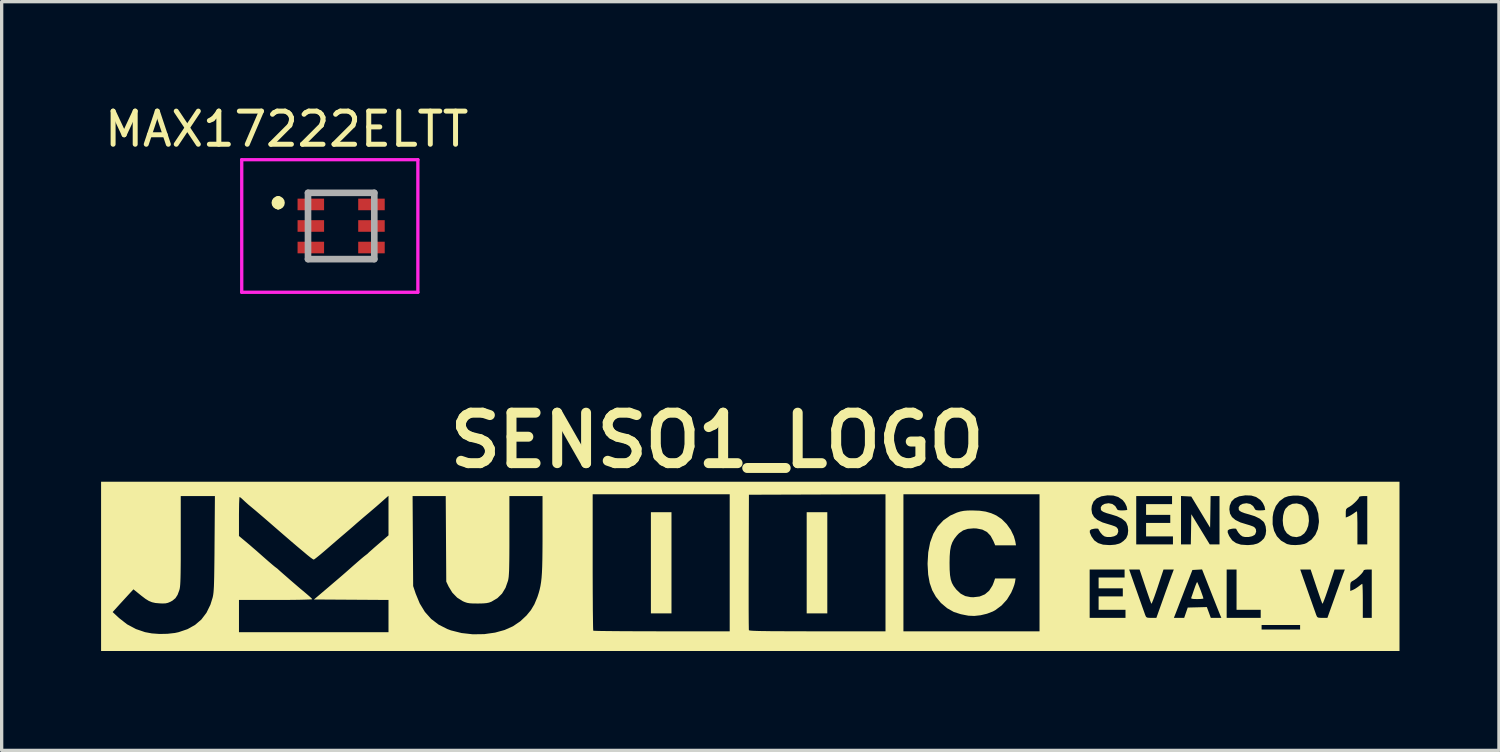
<source format=kicad_pcb>
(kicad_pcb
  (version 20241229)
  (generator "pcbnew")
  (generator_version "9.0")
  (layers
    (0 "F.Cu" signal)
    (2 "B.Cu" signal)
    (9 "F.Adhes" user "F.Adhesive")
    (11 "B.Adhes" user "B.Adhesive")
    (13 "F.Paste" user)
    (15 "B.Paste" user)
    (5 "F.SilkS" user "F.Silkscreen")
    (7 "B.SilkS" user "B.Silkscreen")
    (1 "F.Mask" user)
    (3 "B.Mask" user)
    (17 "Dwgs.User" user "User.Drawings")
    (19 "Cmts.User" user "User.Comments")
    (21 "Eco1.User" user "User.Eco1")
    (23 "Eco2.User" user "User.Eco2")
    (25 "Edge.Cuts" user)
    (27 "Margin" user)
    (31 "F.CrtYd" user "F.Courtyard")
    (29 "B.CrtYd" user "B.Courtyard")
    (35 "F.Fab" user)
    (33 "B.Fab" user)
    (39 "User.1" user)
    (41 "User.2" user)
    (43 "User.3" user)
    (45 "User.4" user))
  (footprint "SENSO1_LOGO"
    (layer "F.Cu")
    (at 19.59 14.027)
    (property "Reference" "SENSO1_LOGO" (at -1 -3.79 0) (layer "F.SilkS") (effects (font (size 1.524 1.524) (thickness 0.3))))
    (attr board_only exclude_from_pos_files exclude_from_bom)
    (fp_poly (pts (xy -2.378 1.432) (xy -2.999 1.432) (xy -2.999 -1.621) (xy -2.378 -1.621)) (stroke (width 0) (type solid)) (fill yes) (layer "F.SilkS"))
    (fp_poly (pts (xy 2.324 1.432) (xy 1.702 1.432) (xy 1.702 -1.621) (xy 2.324 -1.621)) (stroke (width 0) (type solid)) (fill yes) (layer "F.SilkS"))
    (fp_poly (pts (xy 13.498 0.51) (xy 13.524 0.571) (xy 13.559 0.656) (xy 13.596 0.752) (xy 13.63 0.847) (xy 13.657 0.925) (xy 13.672 0.975) (xy 13.673 0.983) (xy 13.648 0.991) (xy 13.583 0.997) (xy 13.491 1) (xy 13.481 1) (xy 13.377 0.997) (xy 13.32 0.988) (xy 13.302 0.972) (xy 13.304 0.966) (xy 13.318 0.926) (xy 13.345 0.849) (xy 13.379 0.749) (xy 13.393 0.709) (xy 13.428 0.609) (xy 13.458 0.533) (xy 13.479 0.491) (xy 13.484 0.486)) (stroke (width 0) (type solid)) (fill yes) (layer "F.SilkS"))
    (fp_poly (pts (xy 16.622 -1.853) (xy 16.644 -1.842) (xy 16.74 -1.761) (xy 16.808 -1.646) (xy 16.847 -1.508) (xy 16.857 -1.358) (xy 16.835 -1.209) (xy 16.781 -1.072) (xy 16.717 -0.981) (xy 16.61 -0.901) (xy 16.485 -0.869) (xy 16.355 -0.886) (xy 16.296 -0.91) (xy 16.192 -0.985) (xy 16.123 -1.087) (xy 16.08 -1.228) (xy 16.079 -1.236) (xy 16.067 -1.375) (xy 16.079 -1.52) (xy 16.112 -1.649) (xy 16.147 -1.722) (xy 16.24 -1.818) (xy 16.358 -1.874) (xy 16.49 -1.886)) (stroke (width 0) (type solid)) (fill yes) (layer "F.SilkS"))
    (fp_poly (pts (xy 6.92 -1.666) (xy 7.105 -1.639) (xy 7.272 -1.59) (xy 7.423 -1.523) (xy 7.587 -1.413) (xy 7.737 -1.262) (xy 7.863 -1.085) (xy 7.954 -0.894) (xy 7.995 -0.75) (xy 8.018 -0.621) (xy 7.704 -0.622) (xy 7.39 -0.622) (xy 7.339 -0.745) (xy 7.253 -0.907) (xy 7.143 -1.023) (xy 7.003 -1.096) (xy 6.83 -1.13) (xy 6.742 -1.134) (xy 6.564 -1.119) (xy 6.421 -1.071) (xy 6.298 -0.985) (xy 6.234 -0.918) (xy 6.154 -0.815) (xy 6.096 -0.712) (xy 6.055 -0.597) (xy 6.03 -0.461) (xy 6.017 -0.292) (xy 6.013 -0.095) (xy 6.016 0.112) (xy 6.027 0.276) (xy 6.049 0.406) (xy 6.085 0.514) (xy 6.137 0.608) (xy 6.208 0.701) (xy 6.222 0.718) (xy 6.349 0.837) (xy 6.485 0.909) (xy 6.645 0.941) (xy 6.728 0.945) (xy 6.92 0.923) (xy 7.08 0.857) (xy 7.209 0.746) (xy 7.307 0.592) (xy 7.338 0.517) (xy 7.387 0.378) (xy 8.005 0.378) (xy 7.987 0.493) (xy 7.966 0.574) (xy 7.927 0.682) (xy 7.879 0.793) (xy 7.874 0.805) (xy 7.747 1.013) (xy 7.583 1.193) (xy 7.392 1.335) (xy 7.318 1.375) (xy 7.144 1.442) (xy 6.951 1.488) (xy 6.76 1.509) (xy 6.588 1.502) (xy 6.553 1.496) (xy 6.496 1.485) (xy 6.41 1.468) (xy 6.35 1.456) (xy 6.141 1.389) (xy 5.939 1.275) (xy 5.758 1.122) (xy 5.746 1.11) (xy 5.601 0.932) (xy 5.491 0.736) (xy 5.414 0.515) (xy 5.368 0.263) (xy 5.351 -0.029) (xy 5.35 -0.081) (xy 5.37 -0.413) (xy 5.427 -0.709) (xy 5.523 -0.969) (xy 5.655 -1.191) (xy 5.825 -1.374) (xy 6.031 -1.518) (xy 6.236 -1.61) (xy 6.34 -1.642) (xy 6.441 -1.662) (xy 6.558 -1.672) (xy 6.701 -1.674)) (stroke (width 0) (type solid)) (fill yes) (layer "F.SilkS"))
    (fp_poly (pts (xy 19.59 2.567) (xy -19.59 2.567) (xy -19.59 1.392) (xy -19.241 1.392) (xy -19.045 1.574) (xy -18.805 1.762) (xy -18.537 1.905) (xy -18.264 1.998) (xy -18.059 2.036) (xy -17.825 2.053) (xy -17.586 2.048) (xy -17.362 2.023) (xy -17.256 2) (xy -17.254 2) (xy -15.429 2) (xy -10.917 2) (xy -10.917 1.027) (xy -12.042 1.02) (xy -13.167 1.013) (xy -12.724 0.637) (xy -12.584 0.517) (xy -12.45 0.403) (xy -12.33 0.3) (xy -12.233 0.216) (xy -12.167 0.158) (xy -12.158 0.15) (xy -11.978 -0.009) (xy -11.836 -0.133) (xy -11.728 -0.226) (xy -11.653 -0.288) (xy -11.608 -0.323) (xy -11.608 -0.323) (xy -11.553 -0.365) (xy -11.525 -0.393) (xy -11.495 -0.421) (xy -11.433 -0.476) (xy -11.346 -0.553) (xy -11.243 -0.642) (xy -11.207 -0.673) (xy -10.917 -0.923) (xy -10.917 -2.108) (xy -10.19 -2.108) (xy -10.173 0.608) (xy -10.096 0.838) (xy -9.974 1.133) (xy -9.819 1.387) (xy -9.63 1.599) (xy -9.406 1.77) (xy -9.145 1.903) (xy -9.032 1.945) (xy -8.713 2.025) (xy -8.374 2.063) (xy -8.026 2.058) (xy -7.701 2.012) (xy -7.413 1.933) (xy -7.162 1.821) (xy -6.94 1.671) (xy -6.753 1.496) (xy -6.62 1.334) (xy -6.515 1.158) (xy -6.428 0.95) (xy -6.416 0.916) (xy -6.383 0.813) (xy -6.355 0.711) (xy -6.332 0.605) (xy -6.313 0.489) (xy -6.298 0.357) (xy -6.287 0.203) (xy -6.279 0.022) (xy -6.276 -0.113) (xy -4.756 -0.113) (xy -4.756 0.215) (xy -4.755 0.528) (xy -4.754 0.82) (xy -4.752 1.088) (xy -4.751 1.328) (xy -4.748 1.535) (xy -4.746 1.705) (xy -4.744 1.835) (xy -4.741 1.919) (xy -4.738 1.954) (xy -4.738 1.955) (xy -4.708 1.957) (xy -4.629 1.96) (xy -4.505 1.963) (xy -4.338 1.965) (xy -4.135 1.967) (xy -3.899 1.969) (xy -3.633 1.97) (xy -3.344 1.972) (xy -3.033 1.972) (xy -2.707 1.973) (xy -2.671 1.973) (xy -0.621 1.973) (xy -0.621 0.808) (xy -0.049 0.808) (xy -0.049 1.075) (xy -0.049 1.315) (xy -0.048 1.522) (xy -0.047 1.692) (xy -0.045 1.821) (xy -0.044 1.904) (xy -0.042 1.938) (xy -0.042 1.939) (xy -0.029 1.945) (xy 0.007 1.951) (xy 0.068 1.956) (xy 0.158 1.96) (xy 0.28 1.964) (xy 0.436 1.966) (xy 0.63 1.969) (xy 0.864 1.97) (xy 1.142 1.971) (xy 1.467 1.972) (xy 1.842 1.973) (xy 2.026 1.973) (xy 4.08 1.973) (xy 4.621 1.973) (xy 8.728 1.973) (xy 8.728 1.919) (xy 15.429 1.919) (xy 16.591 1.919) (xy 16.591 1.783) (xy 15.429 1.783) (xy 15.429 1.919) (xy 8.728 1.919) (xy 8.728 1.567) (xy 10.241 1.567) (xy 11.322 1.567) (xy 11.322 1.324) (xy 10.511 1.324) (xy 10.511 0.919) (xy 11.241 0.919) (xy 11.241 0.676) (xy 10.511 0.676) (xy 10.511 0.351) (xy 11.295 0.351) (xy 11.295 0.108) (xy 11.433 0.108) (xy 11.496 0.29) (xy 11.526 0.374) (xy 11.567 0.493) (xy 11.618 0.638) (xy 11.675 0.798) (xy 11.733 0.963) (xy 11.79 1.123) (xy 11.841 1.268) (xy 11.884 1.387) (xy 11.913 1.47) (xy 11.922 1.493) (xy 11.942 1.535) (xy 11.972 1.558) (xy 12.028 1.566) (xy 12.102 1.567) (xy 12.254 1.567) (xy 12.782 1.567) (xy 13.093 1.567) (xy 13.146 1.412) (xy 13.2 1.256) (xy 13.489 1.249) (xy 13.777 1.241) (xy 13.837 1.404) (xy 13.896 1.567) (xy 14.214 1.567) (xy 14.375 1.567) (xy 15.402 1.567) (xy 15.402 1.324) (xy 14.673 1.324) (xy 14.673 0.108) (xy 16.594 0.108) (xy 16.658 0.29) (xy 16.687 0.374) (xy 16.729 0.493) (xy 16.78 0.638) (xy 16.836 0.798) (xy 16.894 0.963) (xy 16.951 1.123) (xy 17.002 1.268) (xy 17.045 1.387) (xy 17.074 1.47) (xy 17.083 1.493) (xy 17.103 1.535) (xy 17.133 1.558) (xy 17.189 1.566) (xy 17.263 1.567) (xy 17.415 1.567) (xy 17.629 0.966) (xy 17.692 0.788) (xy 17.704 0.755) (xy 18.104 0.755) (xy 18.179 0.727) (xy 18.246 0.693) (xy 18.326 0.64) (xy 18.353 0.62) (xy 18.414 0.573) (xy 18.458 0.544) (xy 18.467 0.54) (xy 18.472 0.566) (xy 18.476 0.637) (xy 18.48 0.746) (xy 18.482 0.884) (xy 18.483 1.043) (xy 18.483 1.054) (xy 18.483 1.567) (xy 18.753 1.567) (xy 18.753 0.108) (xy 18.631 0.108) (xy 18.559 0.113) (xy 18.515 0.127) (xy 18.51 0.135) (xy 18.49 0.178) (xy 18.439 0.241) (xy 18.369 0.311) (xy 18.293 0.377) (xy 18.222 0.427) (xy 18.207 0.435) (xy 18.146 0.47) (xy 18.115 0.506) (xy 18.105 0.564) (xy 18.104 0.621) (xy 18.104 0.755) (xy 17.704 0.755) (xy 17.753 0.619) (xy 17.807 0.469) (xy 17.851 0.347) (xy 17.882 0.262) (xy 17.892 0.236) (xy 17.941 0.108) (xy 17.63 0.108) (xy 17.456 0.635) (xy 17.403 0.791) (xy 17.355 0.928) (xy 17.314 1.036) (xy 17.284 1.11) (xy 17.267 1.141) (xy 17.265 1.141) (xy 17.251 1.111) (xy 17.223 1.037) (xy 17.185 0.928) (xy 17.138 0.792) (xy 17.085 0.637) (xy 17.078 0.615) (xy 16.908 0.108) (xy 16.594 0.108) (xy 14.673 0.108) (xy 14.375 0.108) (xy 14.375 1.567) (xy 14.214 1.567) (xy 14.177 1.479) (xy 14.158 1.431) (xy 14.121 1.339) (xy 14.071 1.214) (xy 14.011 1.062) (xy 13.943 0.891) (xy 13.887 0.749) (xy 13.633 0.106) (xy 13.487 0.114) (xy 13.341 0.122) (xy 13.101 0.743) (xy 13.033 0.921) (xy 12.968 1.088) (xy 12.912 1.235) (xy 12.866 1.354) (xy 12.834 1.436) (xy 12.822 1.466) (xy 12.782 1.567) (xy 12.254 1.567) (xy 12.468 0.966) (xy 12.531 0.788) (xy 12.592 0.619) (xy 12.646 0.469) (xy 12.69 0.347) (xy 12.721 0.262) (xy 12.731 0.236) (xy 12.78 0.108) (xy 12.469 0.108) (xy 12.295 0.635) (xy 12.242 0.791) (xy 12.194 0.928) (xy 12.153 1.036) (xy 12.123 1.11) (xy 12.106 1.141) (xy 12.103 1.141) (xy 12.09 1.111) (xy 12.062 1.037) (xy 12.024 0.928) (xy 11.977 0.792) (xy 11.924 0.637) (xy 11.917 0.615) (xy 11.747 0.108) (xy 11.433 0.108) (xy 11.295 0.108) (xy 10.241 0.108) (xy 10.241 1.567) (xy 8.728 1.567) (xy 8.728 -1.011) (xy 10.245 -1.011) (xy 10.28 -0.923) (xy 10.294 -0.893) (xy 10.379 -0.772) (xy 10.495 -0.69) (xy 10.644 -0.642) (xy 10.833 -0.629) (xy 10.863 -0.629) (xy 11.015 -0.642) (xy 11.039 -0.649) (xy 11.646 -0.649) (xy 12.754 -0.649) (xy 12.754 -0.892) (xy 11.943 -0.892) (xy 11.943 -1.297) (xy 12.673 -1.297) (xy 12.673 -1.54) (xy 11.943 -1.54) (xy 11.943 -1.864) (xy 12.727 -1.864) (xy 12.727 -2.108) (xy 11.646 -2.108) (xy 11.646 -0.649) (xy 11.039 -0.649) (xy 11.13 -0.672) (xy 11.173 -0.692) (xy 11.258 -0.75) (xy 11.332 -0.823) (xy 11.345 -0.84) (xy 11.389 -0.943) (xy 11.403 -1.067) (xy 11.39 -1.193) (xy 11.349 -1.3) (xy 11.321 -1.339) (xy 11.212 -1.427) (xy 11.063 -1.5) (xy 10.894 -1.553) (xy 10.753 -1.593) (xy 10.658 -1.629) (xy 10.602 -1.664) (xy 10.58 -1.696) (xy 10.576 -1.77) (xy 10.617 -1.831) (xy 10.697 -1.874) (xy 10.806 -1.891) (xy 10.817 -1.891) (xy 10.925 -1.869) (xy 11.012 -1.807) (xy 11.053 -1.74) (xy 11.073 -1.702) (xy 11.108 -1.683) (xy 11.173 -1.676) (xy 11.227 -1.675) (xy 11.308 -1.679) (xy 11.362 -1.687) (xy 11.376 -1.696) (xy 11.356 -1.794) (xy 11.306 -1.899) (xy 11.238 -1.986) (xy 11.229 -1.994) (xy 11.102 -2.08) (xy 11.001 -2.11) (xy 12.997 -2.11) (xy 12.997 -0.649) (xy 13.293 -0.649) (xy 13.301 -1.104) (xy 13.308 -1.56) (xy 13.587 -1.104) (xy 13.865 -0.649) (xy 14.159 -0.649) (xy 14.159 -1.011) (xy 14.406 -1.011) (xy 14.441 -0.923) (xy 14.456 -0.893) (xy 14.541 -0.772) (xy 14.656 -0.69) (xy 14.805 -0.642) (xy 14.994 -0.629) (xy 15.024 -0.629) (xy 15.176 -0.642) (xy 15.291 -0.672) (xy 15.335 -0.692) (xy 15.419 -0.75) (xy 15.493 -0.823) (xy 15.506 -0.84) (xy 15.55 -0.943) (xy 15.565 -1.067) (xy 15.551 -1.193) (xy 15.528 -1.255) (xy 15.762 -1.255) (xy 15.806 -1.059) (xy 15.89 -0.895) (xy 16.016 -0.764) (xy 16.179 -0.669) (xy 16.206 -0.658) (xy 16.313 -0.635) (xy 16.448 -0.629) (xy 16.59 -0.639) (xy 16.715 -0.663) (xy 16.78 -0.688) (xy 16.935 -0.795) (xy 17.051 -0.938) (xy 17.126 -1.113) (xy 17.158 -1.315) (xy 17.159 -1.361) (xy 17.149 -1.46) (xy 17.969 -1.46) (xy 18.043 -1.489) (xy 18.115 -1.525) (xy 18.194 -1.575) (xy 18.204 -1.583) (xy 18.262 -1.624) (xy 18.3 -1.647) (xy 18.305 -1.648) (xy 18.31 -1.623) (xy 18.314 -1.551) (xy 18.317 -1.443) (xy 18.32 -1.306) (xy 18.32 -1.148) (xy 18.32 -0.649) (xy 18.618 -0.649) (xy 18.618 -2.108) (xy 18.496 -2.108) (xy 18.424 -2.102) (xy 18.38 -2.089) (xy 18.374 -2.081) (xy 18.355 -2.038) (xy 18.304 -1.975) (xy 18.234 -1.905) (xy 18.158 -1.838) (xy 18.087 -1.789) (xy 18.072 -1.781) (xy 18.011 -1.746) (xy 17.98 -1.709) (xy 17.97 -1.652) (xy 17.969 -1.594) (xy 17.969 -1.46) (xy 17.149 -1.46) (xy 17.138 -1.582) (xy 17.076 -1.77) (xy 16.974 -1.923) (xy 16.833 -2.04) (xy 16.796 -2.062) (xy 16.68 -2.102) (xy 16.535 -2.122) (xy 16.379 -2.122) (xy 16.234 -2.103) (xy 16.118 -2.063) (xy 16.118 -2.063) (xy 15.97 -1.954) (xy 15.859 -1.808) (xy 15.788 -1.627) (xy 15.763 -1.478) (xy 15.762 -1.255) (xy 15.528 -1.255) (xy 15.511 -1.3) (xy 15.482 -1.339) (xy 15.373 -1.427) (xy 15.224 -1.5) (xy 15.055 -1.553) (xy 14.914 -1.593) (xy 14.82 -1.629) (xy 14.764 -1.664) (xy 14.741 -1.696) (xy 14.737 -1.77) (xy 14.779 -1.831) (xy 14.858 -1.874) (xy 14.967 -1.891) (xy 14.979 -1.891) (xy 15.087 -1.869) (xy 15.173 -1.807) (xy 15.214 -1.74) (xy 15.234 -1.702) (xy 15.269 -1.683) (xy 15.334 -1.676) (xy 15.388 -1.675) (xy 15.47 -1.679) (xy 15.524 -1.687) (xy 15.537 -1.696) (xy 15.517 -1.794) (xy 15.467 -1.899) (xy 15.399 -1.986) (xy 15.39 -1.994) (xy 15.263 -2.08) (xy 15.117 -2.124) (xy 14.942 -2.13) (xy 14.933 -2.129) (xy 14.752 -2.1) (xy 14.614 -2.037) (xy 14.519 -1.943) (xy 14.467 -1.816) (xy 14.456 -1.708) (xy 14.476 -1.581) (xy 14.535 -1.475) (xy 14.639 -1.387) (xy 14.789 -1.313) (xy 14.971 -1.257) (xy 15.072 -1.227) (xy 15.158 -1.196) (xy 15.206 -1.173) (xy 15.255 -1.113) (xy 15.265 -1.035) (xy 15.237 -0.959) (xy 15.214 -0.933) (xy 15.141 -0.895) (xy 15.039 -0.873) (xy 14.932 -0.872) (xy 14.855 -0.889) (xy 14.792 -0.932) (xy 14.727 -1.006) (xy 14.676 -1.089) (xy 14.665 -1.117) (xy 14.636 -1.127) (xy 14.572 -1.126) (xy 14.53 -1.121) (xy 14.448 -1.101) (xy 14.407 -1.068) (xy 14.406 -1.011) (xy 14.159 -1.011) (xy 14.159 -2.108) (xy 13.89 -2.108) (xy 13.883 -1.631) (xy 13.875 -1.154) (xy 13.591 -1.624) (xy 13.307 -2.094) (xy 12.997 -2.11) (xy 11.001 -2.11) (xy 10.956 -2.124) (xy 10.78 -2.13) (xy 10.772 -2.129) (xy 10.591 -2.1) (xy 10.452 -2.037) (xy 10.357 -1.943) (xy 10.306 -1.816) (xy 10.295 -1.708) (xy 10.314 -1.581) (xy 10.374 -1.475) (xy 10.477 -1.387) (xy 10.628 -1.313) (xy 10.81 -1.257) (xy 10.91 -1.227) (xy 10.997 -1.196) (xy 11.045 -1.173) (xy 11.094 -1.113) (xy 11.104 -1.035) (xy 11.075 -0.959) (xy 11.053 -0.933) (xy 10.98 -0.895) (xy 10.878 -0.873) (xy 10.771 -0.872) (xy 10.694 -0.889) (xy 10.631 -0.932) (xy 10.566 -1.006) (xy 10.515 -1.089) (xy 10.504 -1.117) (xy 10.475 -1.127) (xy 10.411 -1.126) (xy 10.369 -1.121) (xy 10.286 -1.101) (xy 10.246 -1.068) (xy 10.245 -1.011) (xy 8.728 -1.011) (xy 8.728 -2.162) (xy 4.621 -2.162) (xy 4.621 1.973) (xy 4.08 1.973) (xy 4.08 -2.162) (xy 2.02 -2.155) (xy -0.041 -2.148) (xy -0.048 -0.122) (xy -0.048 0.205) (xy -0.049 0.516) (xy -0.049 0.808) (xy -0.621 0.808) (xy -0.621 -2.162) (xy -4.756 -2.162) (xy -4.756 -0.113) (xy -6.276 -0.113) (xy -6.274 -0.193) (xy -6.271 -0.446) (xy -6.269 -0.745) (xy -6.269 -0.953) (xy -6.269 -2.108) (xy -7.269 -2.108) (xy -7.269 -0.911) (xy -7.269 -0.613) (xy -7.27 -0.363) (xy -7.272 -0.158) (xy -7.275 0.009) (xy -7.278 0.142) (xy -7.284 0.246) (xy -7.29 0.327) (xy -7.299 0.39) (xy -7.309 0.439) (xy -7.31 0.445) (xy -7.386 0.661) (xy -7.491 0.835) (xy -7.63 0.972) (xy -7.807 1.077) (xy -7.813 1.08) (xy -7.882 1.106) (xy -7.96 1.122) (xy -8.062 1.131) (xy -8.203 1.134) (xy -8.228 1.134) (xy -8.366 1.133) (xy -8.466 1.127) (xy -8.543 1.114) (xy -8.611 1.092) (xy -8.674 1.065) (xy -8.845 0.957) (xy -8.991 0.806) (xy -9.104 0.621) (xy -9.174 0.473) (xy -9.182 -0.817) (xy -9.19 -2.108) (xy -10.19 -2.108) (xy -10.917 -2.108) (xy -10.917 -2.117) (xy -10.991 -2.052) (xy -11.051 -1.999) (xy -11.132 -1.927) (xy -11.203 -1.864) (xy -11.287 -1.791) (xy -11.395 -1.699) (xy -11.507 -1.603) (xy -11.55 -1.567) (xy -11.665 -1.47) (xy -11.787 -1.365) (xy -11.897 -1.27) (xy -11.927 -1.243) (xy -12.029 -1.154) (xy -12.136 -1.062) (xy -12.226 -0.985) (xy -12.229 -0.982) (xy -12.293 -0.928) (xy -12.388 -0.847) (xy -12.505 -0.746) (xy -12.635 -0.634) (xy -12.754 -0.531) (xy -12.877 -0.425) (xy -12.988 -0.332) (xy -13.078 -0.259) (xy -13.142 -0.21) (xy -13.172 -0.191) (xy -13.173 -0.191) (xy -13.205 -0.207) (xy -13.266 -0.25) (xy -13.345 -0.313) (xy -13.376 -0.338) (xy -13.48 -0.426) (xy -13.59 -0.518) (xy -13.683 -0.596) (xy -13.689 -0.601) (xy -13.746 -0.65) (xy -13.838 -0.728) (xy -13.956 -0.83) (xy -14.093 -0.948) (xy -14.243 -1.078) (xy -14.386 -1.202) (xy -14.54 -1.336) (xy -14.686 -1.462) (xy -14.818 -1.575) (xy -14.928 -1.669) (xy -15.012 -1.739) (xy -15.059 -1.778) (xy -15.149 -1.853) (xy -15.245 -1.939) (xy -15.282 -1.974) (xy -15.344 -2.032) (xy -15.392 -2.071) (xy -15.41 -2.081) (xy -15.416 -2.055) (xy -15.42 -1.983) (xy -15.425 -1.872) (xy -15.427 -1.731) (xy -15.429 -1.567) (xy -15.429 -1.492) (xy -15.429 -0.904) (xy -15.22 -0.729) (xy -15.108 -0.635) (xy -14.992 -0.534) (xy -14.889 -0.446) (xy -14.859 -0.419) (xy -14.674 -0.256) (xy -14.528 -0.128) (xy -14.418 -0.034) (xy -14.343 0.028) (xy -14.31 0.052) (xy -14.262 0.089) (xy -14.24 0.11) (xy -14.217 0.131) (xy -14.161 0.181) (xy -14.08 0.252) (xy -13.982 0.337) (xy -13.876 0.43) (xy -13.769 0.522) (xy -13.669 0.608) (xy -13.585 0.68) (xy -13.527 0.728) (xy -13.396 0.838) (xy -13.303 0.918) (xy -13.246 0.971) (xy -13.22 1) (xy -13.218 1.004) (xy -13.242 1.009) (xy -13.315 1.013) (xy -13.43 1.017) (xy -13.583 1.021) (xy -13.767 1.024) (xy -13.978 1.026) (xy -14.209 1.027) (xy -14.319 1.027) (xy -15.429 1.027) (xy -15.429 2) (xy -17.254 2) (xy -16.985 1.909) (xy -16.755 1.781) (xy -16.564 1.617) (xy -16.41 1.414) (xy -16.291 1.171) (xy -16.225 0.959) (xy -16.214 0.912) (xy -16.205 0.859) (xy -16.197 0.794) (xy -16.191 0.714) (xy -16.185 0.614) (xy -16.181 0.488) (xy -16.177 0.331) (xy -16.174 0.14) (xy -16.171 -0.091) (xy -16.168 -0.367) (xy -16.166 -0.669) (xy -16.155 -2.108) (xy -17.186 -2.108) (xy -17.186 -0.762) (xy -17.186 -0.449) (xy -17.186 -0.187) (xy -17.188 0.032) (xy -17.19 0.211) (xy -17.193 0.355) (xy -17.197 0.469) (xy -17.202 0.557) (xy -17.208 0.626) (xy -17.216 0.679) (xy -17.226 0.721) (xy -17.229 0.731) (xy -17.281 0.872) (xy -17.346 0.973) (xy -17.435 1.047) (xy -17.498 1.082) (xy -17.574 1.114) (xy -17.648 1.13) (xy -17.74 1.133) (xy -17.829 1.129) (xy -17.952 1.118) (xy -18.054 1.095) (xy -18.149 1.056) (xy -18.251 0.993) (xy -18.373 0.9) (xy -18.419 0.863) (xy -18.613 0.706) (xy -18.744 0.847) (xy -18.823 0.933) (xy -18.921 1.04) (xy -19.022 1.15) (xy -19.058 1.19) (xy -19.241 1.392) (xy -19.59 1.392) (xy -19.59 -2.54) (xy 19.59 -2.54)) (stroke (width 0) (type solid)) (fill yes) (layer "F.SilkS")))
  (footprint "MAX17222ELTT"
    (layer "F.Cu")
    (at 6.744 3.769)
    (property "Reference" "MAX17222ELTT" (at -1.143 -2.921 0) (layer "F.SilkS") (effects (font (size 1 1) (thickness 0.15))))
    (attr smd)
    (fp_line (start -1.4 -0.8) (end -1.4 -0.8) (stroke (width 0.2) (type solid)) (layer "F.SilkS"))
    (fp_line (start -1.4 -0.6) (end -1.4 -0.6) (stroke (width 0.2) (type solid)) (layer "F.SilkS"))
    (fp_line (start -0.5 -1) (end 1.5 -1) (stroke (width 0.1) (type solid)) (layer "F.SilkS"))
    (fp_line (start -0.415 1) (end 1.5 1) (stroke (width 0.1) (type solid)) (layer "F.SilkS"))
    (fp_arc (start -1.4 -0.8) (mid -1.3 -0.7) (end -1.4 -0.6) (stroke (width 0.2) (type solid)) (layer "F.SilkS"))
    (fp_arc (start -1.4 -0.6) (mid -1.5 -0.7) (end -1.4 -0.8) (stroke (width 0.2) (type solid)) (layer "F.SilkS"))
    (fp_line (start -2.5 -2) (end 2.815 -2) (stroke (width 0.1) (type solid)) (layer "F.CrtYd"))
    (fp_line (start -2.5 2) (end -2.5 -2) (stroke (width 0.1) (type solid)) (layer "F.CrtYd"))
    (fp_line (start 2.815 -2) (end 2.815 2) (stroke (width 0.1) (type solid)) (layer "F.CrtYd"))
    (fp_line (start 2.815 2) (end -2.5 2) (stroke (width 0.1) (type solid)) (layer "F.CrtYd"))
    (fp_line (start -0.5 -1) (end 1.5 -1) (stroke (width 0.2) (type solid)) (layer "F.Fab"))
    (fp_line (start -0.5 1) (end -0.5 -1) (stroke (width 0.2) (type solid)) (layer "F.Fab"))
    (fp_line (start 1.5 -1) (end 1.5 1) (stroke (width 0.2) (type solid)) (layer "F.Fab"))
    (fp_line (start 1.5 1) (end -0.5 1) (stroke (width 0.2) (type solid)) (layer "F.Fab"))
    (pad "1" smd rect (at -0.415 -0.65 90) (size 0.35 0.8) (layers "F.Cu" "F.Mask" "F.Paste"))
    (pad "2" smd rect (at -0.415 0 90) (size 0.35 0.8) (layers "F.Cu" "F.Mask" "F.Paste"))
    (pad "3" smd rect (at -0.415 0.65 90) (size 0.35 0.8) (layers "F.Cu" "F.Mask" "F.Paste"))
    (pad "4" smd rect (at 1.415 0.65 90) (size 0.35 0.8) (layers "F.Cu" "F.Mask" "F.Paste"))
    (pad "5" smd rect (at 1.415 0 90) (size 0.35 0.8) (layers "F.Cu" "F.Mask" "F.Paste"))
    (pad "6" smd rect (at 1.415 -0.65 90) (size 0.35 0.8) (layers "F.Cu" "F.Mask" "F.Paste")))
  (gr_rect
    (start -3 -3)
    (end 42.181 19.594)
    (stroke (width 0.1) (type default))
    (fill no)
    (layer "Edge.Cuts")))
</source>
